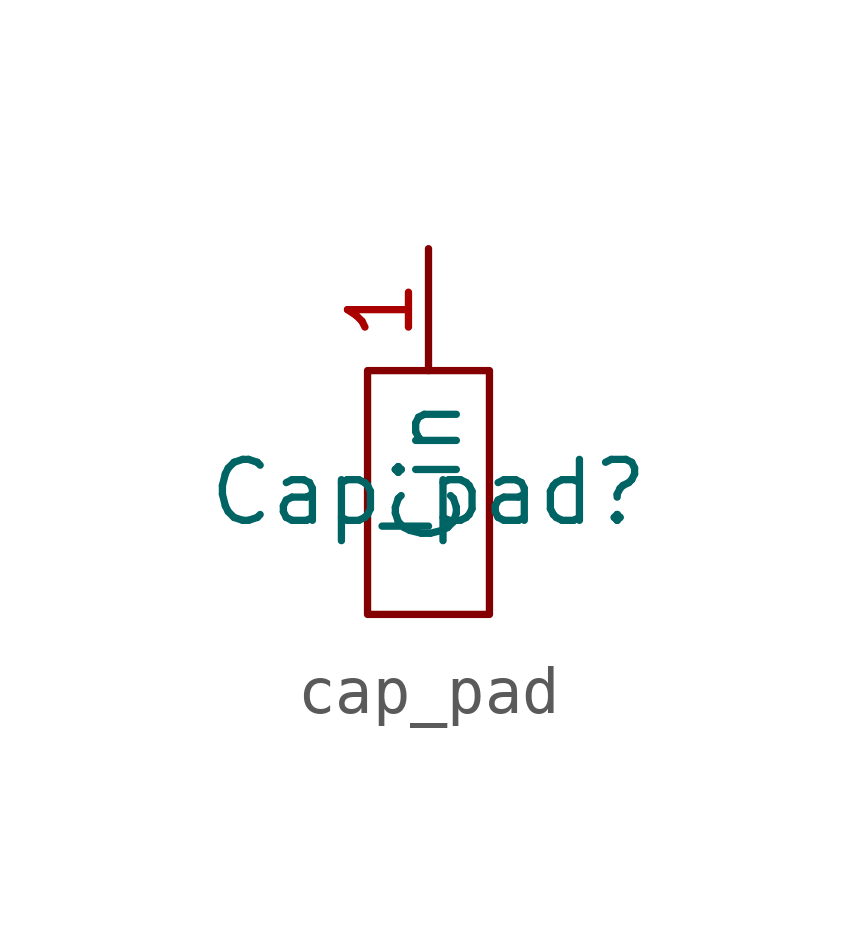
<source format=kicad_sym>
(kicad_symbol_lib
  (version 20241209)
  (generator "kicad_symbol_editor")
  (generator_version "9.0")
  (symbol "cap_pad"
    (property "Reference" "Cap_pad"
      (at 0 0 0)
      (effects (font (size 1.27 1.27))))
    (property "Value" ""
      (at 0 0 0)
      (effects (font (size 1.27 1.27))))
    (symbol "cap_pad_0_1"
      (rectangle (start -1.27 2.54) (end 1.27 -2.54) (stroke (width 0) (type default)) (fill (type none))))
    (symbol "cap_pad_1_1"
      (pin input line (at 0 5.08 270) (length 2.54) (name "Cin" (effects (font (size 1.27 1.27)))) (number "1" (effects (font (size 1.27 1.27))))))))
</source>
